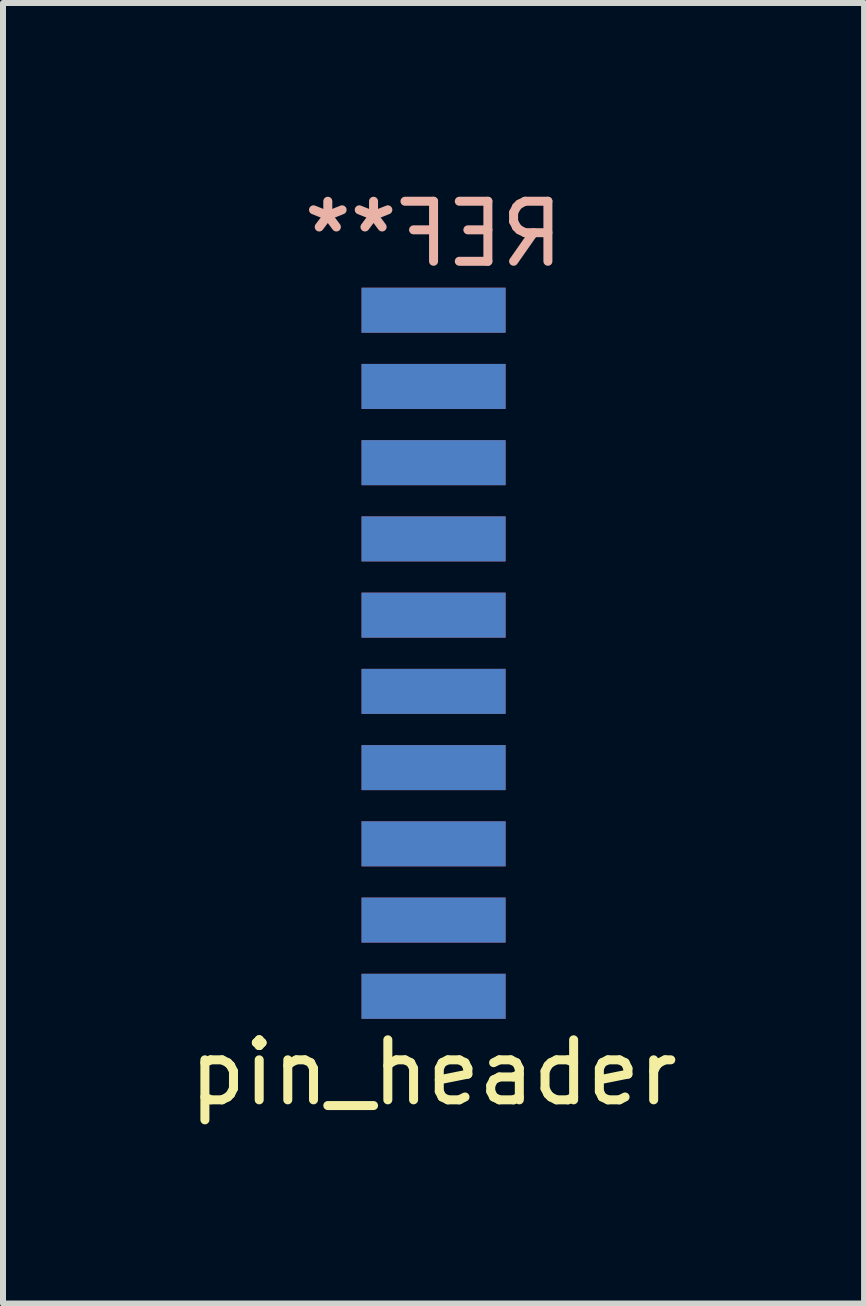
<source format=kicad_pcb>
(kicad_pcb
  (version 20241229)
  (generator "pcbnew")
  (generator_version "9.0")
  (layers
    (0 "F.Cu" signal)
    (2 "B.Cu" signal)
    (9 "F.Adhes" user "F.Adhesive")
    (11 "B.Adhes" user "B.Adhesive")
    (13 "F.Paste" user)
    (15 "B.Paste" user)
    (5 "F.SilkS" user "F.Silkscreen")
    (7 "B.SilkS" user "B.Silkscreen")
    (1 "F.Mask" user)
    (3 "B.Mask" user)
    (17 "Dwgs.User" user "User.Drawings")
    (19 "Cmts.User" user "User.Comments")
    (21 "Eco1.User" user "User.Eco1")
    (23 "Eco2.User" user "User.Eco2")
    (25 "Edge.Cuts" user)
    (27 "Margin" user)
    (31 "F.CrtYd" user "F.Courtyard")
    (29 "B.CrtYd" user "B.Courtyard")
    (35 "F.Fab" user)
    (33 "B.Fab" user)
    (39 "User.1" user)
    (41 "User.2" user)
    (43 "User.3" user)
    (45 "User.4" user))
  (footprint "pin_header"
    (layer "F.Cu")
    (at 4.173 13.548)
    (property "Reference" "pin_header" (at 0 1.27 0) (layer "F.SilkS") (effects (font (size 1 1) (thickness 0.15))))
    (attr through_hole)
    (fp_text user "REF**" (at 0 -12.7 0) (layer "B.SilkS") (effects (font (size 1 1) (thickness 0.15)) (justify mirror)))
    (pad "1" smd rect (at 0 -11.43) (size 2.4 0.75) (layers "B.Cu" "B.Mask" "B.Paste"))
    (pad "2" smd rect (at 0 -11.43) (size 2.4 0.75) (layers "F.Cu" "F.Mask" "F.Paste"))
    (pad "3" smd rect (at 0 -10.16) (size 2.4 0.75) (layers "B.Cu" "B.Mask" "B.Paste"))
    (pad "4" smd rect (at 0 -10.16) (size 2.4 0.75) (layers "F.Cu" "F.Mask" "F.Paste"))
    (pad "5" smd rect (at 0 -8.89) (size 2.4 0.75) (layers "B.Cu" "B.Mask" "B.Paste"))
    (pad "6" smd rect (at 0 -8.89) (size 2.4 0.75) (layers "F.Cu" "F.Mask" "F.Paste"))
    (pad "7" smd rect (at 0 -7.62) (size 2.4 0.75) (layers "B.Cu" "B.Mask" "B.Paste"))
    (pad "8" smd rect (at 0 -7.62) (size 2.4 0.75) (layers "F.Cu" "F.Mask" "F.Paste"))
    (pad "9" smd rect (at 0 -6.35) (size 2.4 0.75) (layers "B.Cu" "B.Mask" "B.Paste"))
    (pad "10" smd rect (at 0 -6.35) (size 2.4 0.75) (layers "F.Cu" "F.Mask" "F.Paste"))
    (pad "11" smd rect (at 0 -5.08) (size 2.4 0.75) (layers "B.Cu" "B.Mask" "B.Paste"))
    (pad "12" smd rect (at 0 -5.08) (size 2.4 0.75) (layers "F.Cu" "F.Mask" "F.Paste"))
    (pad "13" smd rect (at 0 -3.81) (size 2.4 0.75) (layers "B.Cu" "B.Mask" "B.Paste"))
    (pad "14" smd rect (at 0 -3.81) (size 2.4 0.75) (layers "F.Cu" "F.Mask" "F.Paste"))
    (pad "15" smd rect (at 0 -2.54) (size 2.4 0.75) (layers "B.Cu" "B.Mask" "B.Paste"))
    (pad "16" smd rect (at 0 -2.54) (size 2.4 0.75) (layers "F.Cu" "F.Mask" "F.Paste"))
    (pad "17" smd rect (at 0 -1.27) (size 2.4 0.75) (layers "B.Cu" "B.Mask" "B.Paste"))
    (pad "18" smd rect (at 0 -1.27) (size 2.4 0.75) (layers "F.Cu" "F.Mask" "F.Paste"))
    (pad "19" smd rect (at 0 0) (size 2.4 0.75) (layers "B.Cu" "B.Mask" "B.Paste"))
    (pad "20" smd rect (at 0 0) (size 2.4 0.75) (layers "F.Cu" "F.Mask" "F.Paste")))
  (gr_rect
    (start -3 -3)
    (end 11.345 18.666)
    (stroke (width 0.1) (type default))
    (fill no)
    (layer "Edge.Cuts")))
</source>
